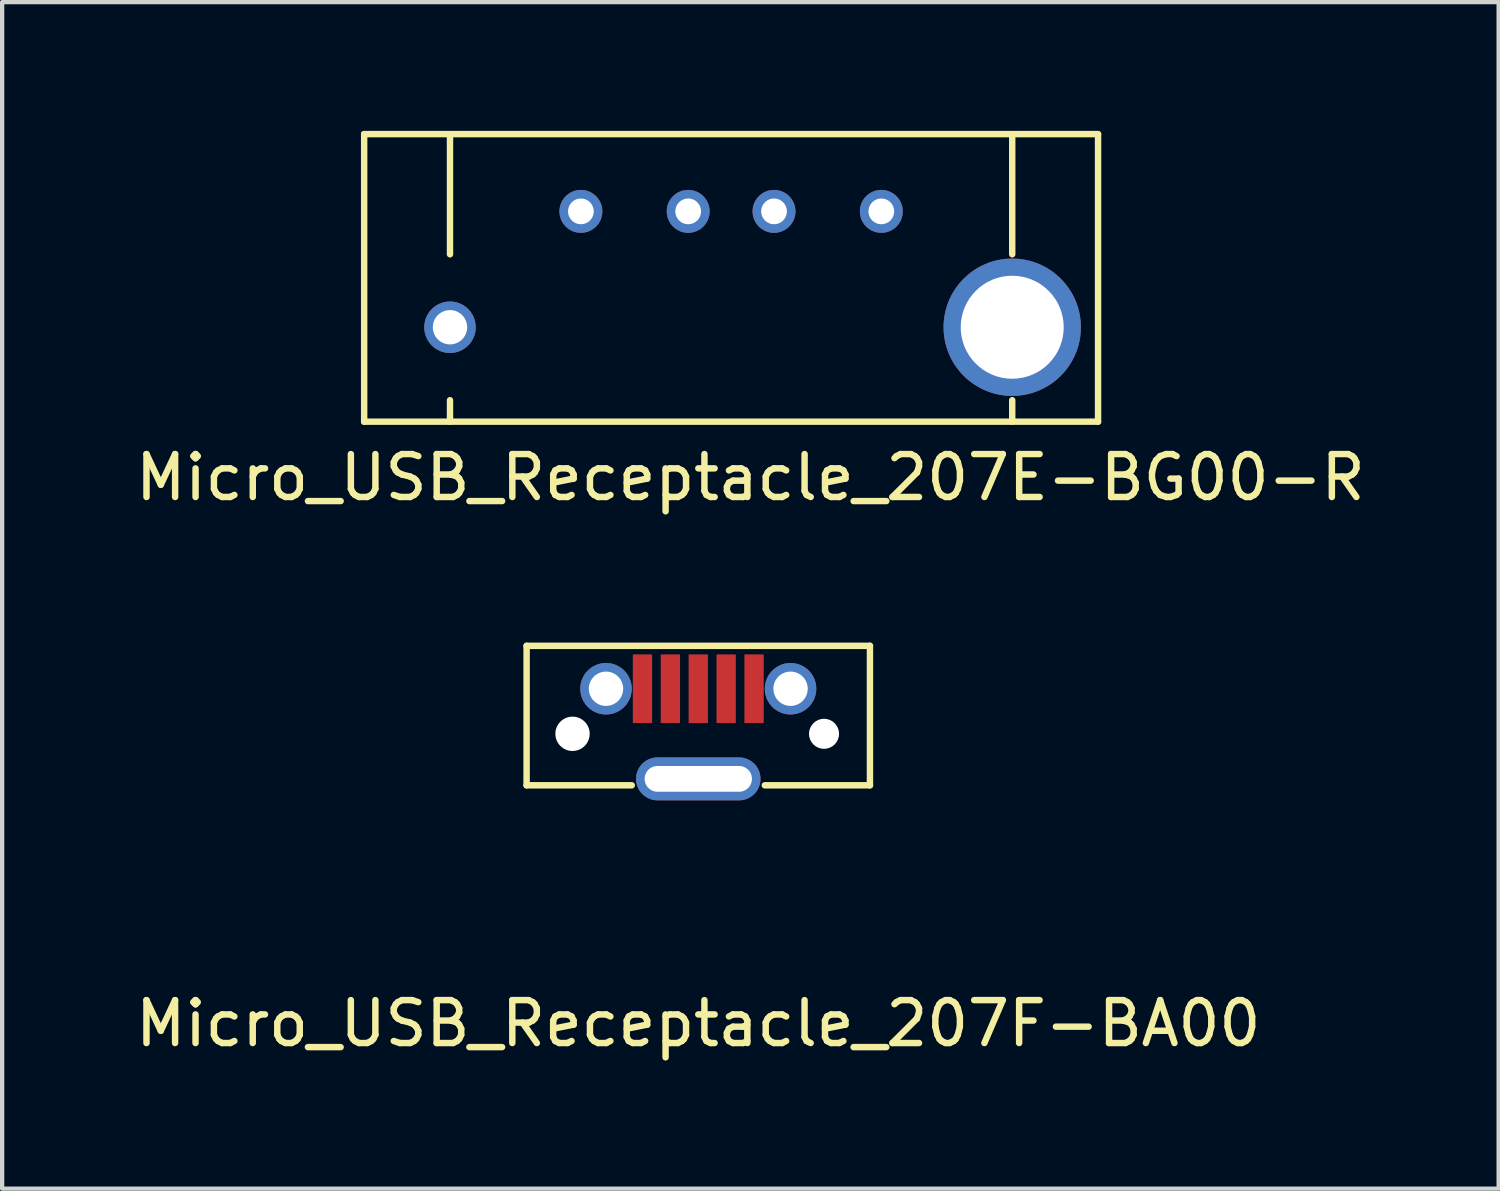
<source format=kicad_pcb>
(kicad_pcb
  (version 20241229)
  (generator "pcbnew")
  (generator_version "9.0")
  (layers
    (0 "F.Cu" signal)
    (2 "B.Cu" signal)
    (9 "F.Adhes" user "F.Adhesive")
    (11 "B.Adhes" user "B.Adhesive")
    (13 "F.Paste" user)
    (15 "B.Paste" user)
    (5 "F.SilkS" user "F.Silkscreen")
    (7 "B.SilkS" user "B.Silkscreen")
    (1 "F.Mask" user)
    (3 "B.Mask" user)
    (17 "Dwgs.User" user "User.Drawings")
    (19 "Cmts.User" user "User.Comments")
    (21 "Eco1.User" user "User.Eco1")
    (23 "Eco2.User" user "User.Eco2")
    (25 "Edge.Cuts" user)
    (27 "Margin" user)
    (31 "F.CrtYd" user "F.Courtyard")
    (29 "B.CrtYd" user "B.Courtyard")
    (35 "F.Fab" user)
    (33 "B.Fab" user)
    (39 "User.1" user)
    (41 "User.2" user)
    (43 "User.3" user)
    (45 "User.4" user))
  (footprint "Micro_USB_Receptacle_207E-BG00-R"
    (layer "F.Cu")
    (at 7.435 4.575)
    (property "Reference" "Micro_USB_Receptacle_207E-BG00-R" (at 7 3.5 0) (layer "F.SilkS") (effects (font (size 1 1) (thickness 0.15))))
    (attr through_hole)
    (fp_line (start -2 -4.5) (end 15.1 -4.5) (stroke (width 0.15) (type solid)) (layer "F.SilkS"))
    (fp_line (start -2 2.2) (end -2 -4.5) (stroke (width 0.15) (type solid)) (layer "F.SilkS"))
    (fp_line (start 0 -4.5) (end 0 -1.7) (stroke (width 0.15) (type solid)) (layer "F.SilkS"))
    (fp_line (start 0 1.7) (end 0 2.2) (stroke (width 0.15) (type solid)) (layer "F.SilkS"))
    (fp_line (start 13.1 -4.5) (end 13.1 -1.7) (stroke (width 0.15) (type solid)) (layer "F.SilkS"))
    (fp_line (start 13.1 1.7) (end 13.1 2.2) (stroke (width 0.15) (type solid)) (layer "F.SilkS"))
    (fp_line (start 15.1 -4.5) (end 15.1 2.2) (stroke (width 0.15) (type solid)) (layer "F.SilkS"))
    (fp_line (start 15.1 2.2) (end -2 2.2) (stroke (width 0.15) (type solid)) (layer "F.SilkS"))
    (pad "1" thru_hole circle (at 3.05 -2.7) (size 1 1) (drill 0.6) (layers "*.Cu" "*.Mask"))
    (pad "2" thru_hole circle (at 5.55 -2.7) (size 1 1) (drill 0.6) (layers "*.Cu" "*.Mask"))
    (pad "3" thru_hole circle (at 7.55 -2.7) (size 1 1) (drill 0.6) (layers "*.Cu" "*.Mask"))
    (pad "4" thru_hole circle (at 10.05 -2.7) (size 1 1) (drill 0.6) (layers "*.Cu" "*.Mask"))
    (pad "5" thru_hole circle (at 0 0) (size 1.2 1.2) (drill 0.8) (layers "*.Cu" "*.Mask"))
    (pad "5" thru_hole circle (at 13.1 0) (size 3.2 3.2) (drill 2.4) (layers "*.Cu" "*.Mask")))
  (footprint "Micro_USB_Receptacle_207F-BA00"
    (layer "F.Cu")
    (at 13.22 13.798)
    (property "Reference" "Micro_USB_Receptacle_207F-BA00" (at 0 7 0) (layer "F.SilkS") (effects (font (size 1 1) (thickness 0.15))))
    (attr through_hole)
    (fp_line (start -4 -1.8) (end 4 -1.8) (stroke (width 0.15) (type solid)) (layer "F.SilkS"))
    (fp_line (start -4 1.45) (end -4 -1.8) (stroke (width 0.15) (type solid)) (layer "F.SilkS"))
    (fp_line (start -4 1.45) (end -1.55 1.45) (stroke (width 0.15) (type solid)) (layer "F.SilkS"))
    (fp_line (start 1.55 1.45) (end 4 1.45) (stroke (width 0.15) (type solid)) (layer "F.SilkS"))
    (fp_line (start 4 -1.8) (end 4 1.45) (stroke (width 0.15) (type solid)) (layer "F.SilkS"))
    (pad "" np_thru_hole circle (at -2.93 0.25) (size 0.8 0.8) (drill 0.8) (layers "*.Cu"))
    (pad "" np_thru_hole circle (at 2.93 0.25) (size 0.7 0.7) (drill 0.7) (layers "*.Cu"))
    (pad "1" smd rect (at -1.3 -0.8) (size 0.45 1.6) (layers "F.Cu" "F.Mask" "F.Paste"))
    (pad "2" smd rect (at -0.65 -0.8) (size 0.45 1.6) (layers "F.Cu" "F.Mask" "F.Paste"))
    (pad "3" smd rect (at 0 -0.8) (size 0.45 1.6) (layers "F.Cu" "F.Mask" "F.Paste"))
    (pad "4" smd rect (at 0.65 -0.8) (size 0.45 1.6) (layers "F.Cu" "F.Mask" "F.Paste"))
    (pad "5" smd rect (at 1.3 -0.8) (size 0.45 1.6) (layers "F.Cu" "F.Mask" "F.Paste"))
    (pad "6" thru_hole circle (at -2.15 -0.8) (size 1.2 1.2) (drill 0.8) (layers "*.Cu" "*.Mask"))
    (pad "6" thru_hole oval (at 0 1.3) (size 2.9 1) (drill oval 2.5 0.6) (layers "*.Cu" "*.Mask"))
    (pad "6" thru_hole circle (at 2.15 -0.8) (size 1.2 1.2) (drill 0.8) (layers "*.Cu" "*.Mask")))
  (gr_rect
    (start -3 -3)
    (end 31.869 24.646)
    (stroke (width 0.1) (type default))
    (fill no)
    (layer "Edge.Cuts")))
</source>
